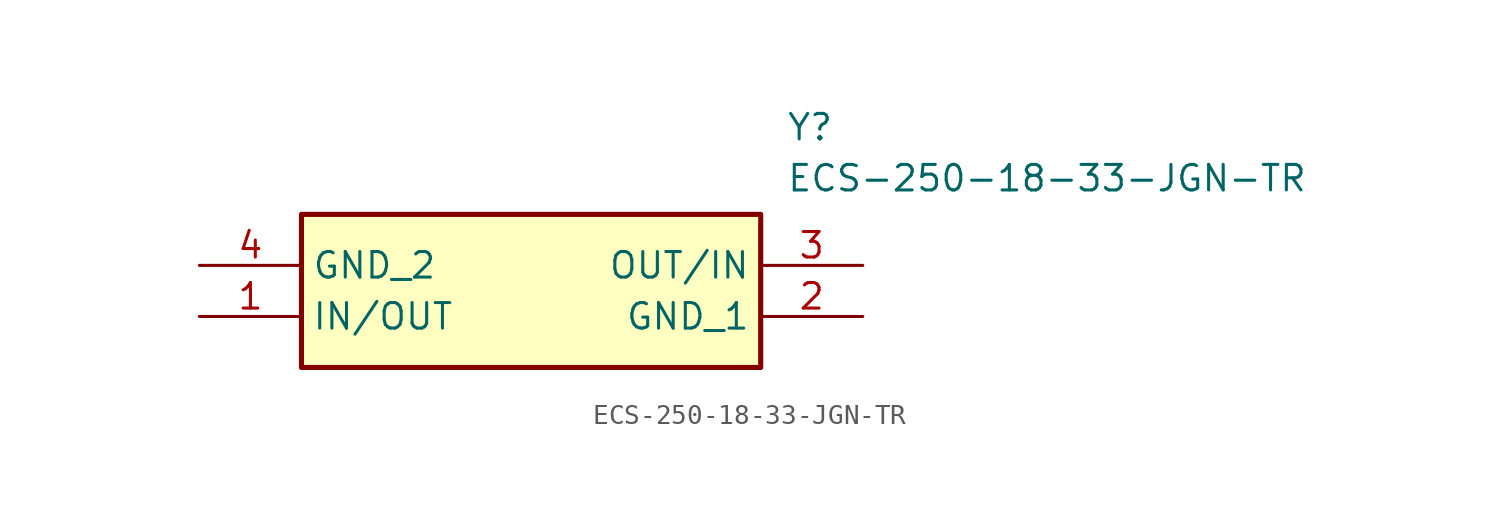
<source format=kicad_sym>
(kicad_symbol_lib
  (version 20211014)
  (generator SamacSys_ECAD_Model)
  (symbol "ECS-250-18-33-JGN-TR"
    (property "Reference" "Y"
      (at 29.21 7.62 0)
      (effects (font (size 1.27 1.27)) (justify left top)))
    (property "Value" "ECS-250-18-33-JGN-TR"
      (at 29.21 5.08 0)
      (effects (font (size 1.27 1.27)) (justify left top)))
    (rectangle
      (start 5.08 2.54)
      (end 27.94 -5.08)
      (stroke (width 0.254) (type default))
      (fill (type background)))
    (pin passive line
      (at 0 -2.54 0)
      (length 5.08)
      (name "IN/OUT" (effects (font (size 1.27 1.27))))
      (number "1" (effects (font (size 1.27 1.27)))))
    (pin passive line
      (at 33.02 -2.54 180)
      (length 5.08)
      (name "GND_1" (effects (font (size 1.27 1.27))))
      (number "2" (effects (font (size 1.27 1.27)))))
    (pin passive line
      (at 33.02 0 180)
      (length 5.08)
      (name "OUT/IN" (effects (font (size 1.27 1.27))))
      (number "3" (effects (font (size 1.27 1.27)))))
    (pin passive line
      (at 0 0 0)
      (length 5.08)
      (name "GND_2" (effects (font (size 1.27 1.27))))
      (number "4" (effects (font (size 1.27 1.27)))))))
</source>
